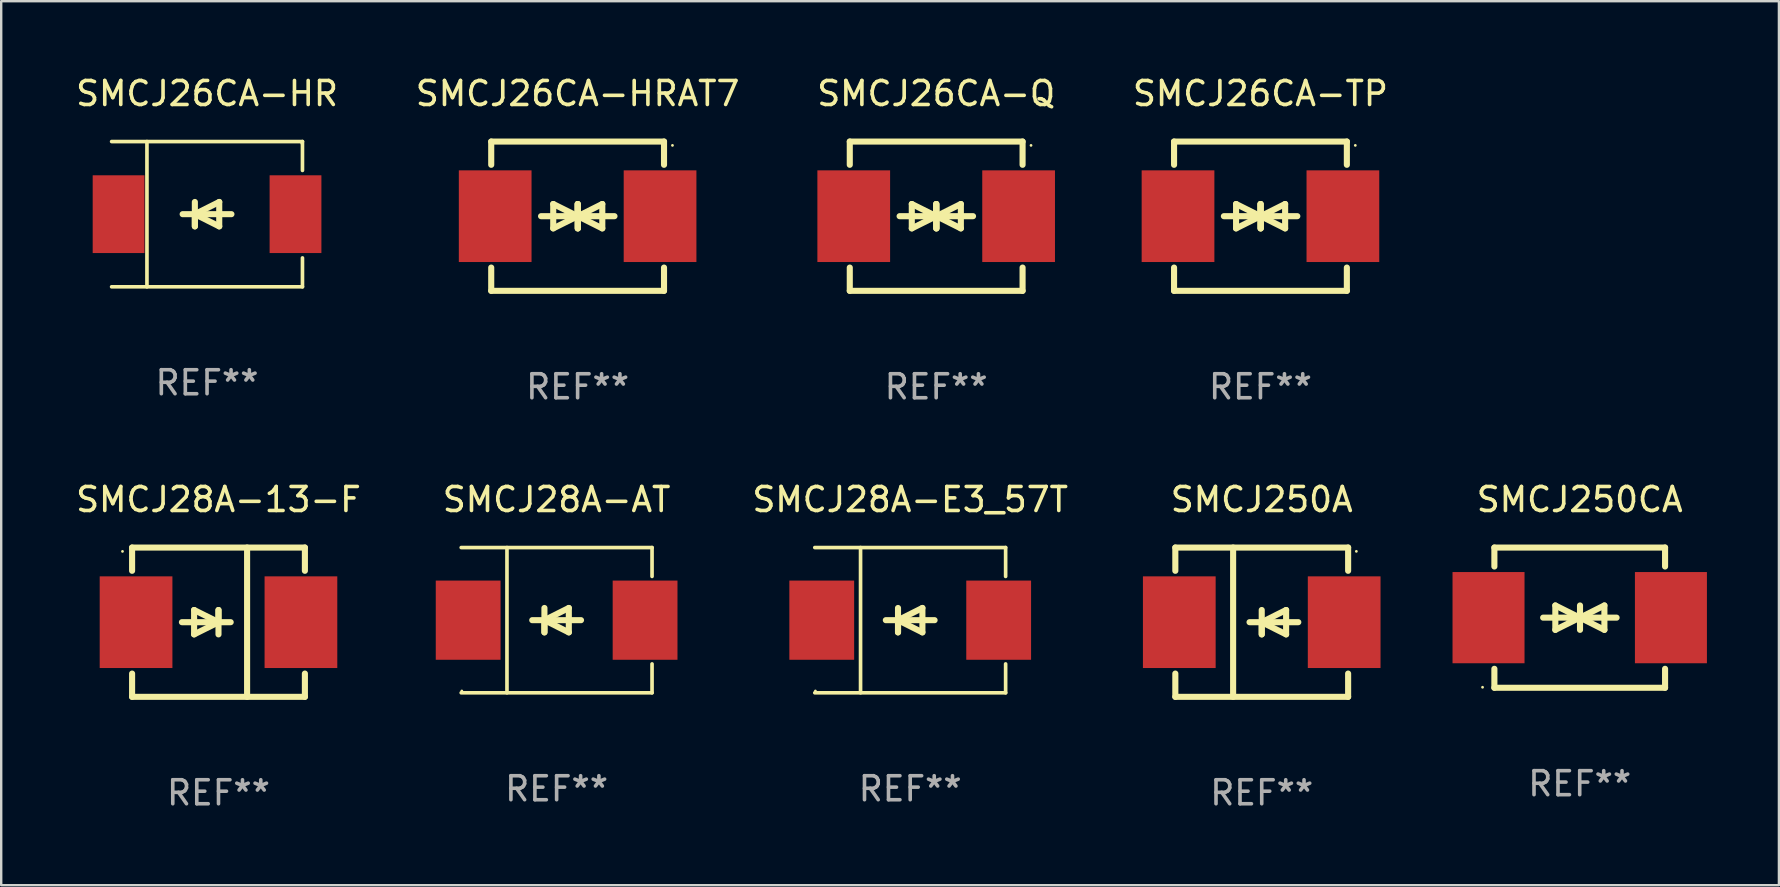
<source format=kicad_pcb>
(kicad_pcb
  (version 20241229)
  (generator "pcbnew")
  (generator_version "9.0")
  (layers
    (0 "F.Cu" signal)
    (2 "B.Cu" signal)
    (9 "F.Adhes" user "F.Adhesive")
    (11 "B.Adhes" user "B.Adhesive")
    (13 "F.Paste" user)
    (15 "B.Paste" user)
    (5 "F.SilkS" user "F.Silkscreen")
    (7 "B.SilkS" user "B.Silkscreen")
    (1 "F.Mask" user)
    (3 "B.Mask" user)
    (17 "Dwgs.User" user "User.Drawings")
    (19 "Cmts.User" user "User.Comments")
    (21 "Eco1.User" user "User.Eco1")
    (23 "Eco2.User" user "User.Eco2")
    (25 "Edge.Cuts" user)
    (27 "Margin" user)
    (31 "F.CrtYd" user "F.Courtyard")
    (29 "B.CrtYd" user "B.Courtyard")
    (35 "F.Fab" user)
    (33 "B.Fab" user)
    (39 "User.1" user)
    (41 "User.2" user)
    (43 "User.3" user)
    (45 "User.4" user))
  (footprint "SMCJ26CA-HRAT7"
    (layer "F.Cu")
    (at 21.018 5.958)
    (property "Reference" "SMCJ26CA-HRAT7" (at 0 -5.11 0) (layer "F.SilkS") (effects (font (size 1 1) (thickness 0.15))))
    (attr through_hole)
    (fp_line (start -3.6 -2.141) (end -3.6 -3.11) (stroke (width 0.254) (type solid)) (layer "F.SilkS"))
    (fp_line (start -3.6 3.11) (end -3.6 2.141) (stroke (width 0.254) (type solid)) (layer "F.SilkS"))
    (fp_line (start -1.524 0) (end 0.508 0) (stroke (width 0.254) (type solid)) (layer "F.SilkS"))
    (fp_line (start -1.016 -0.508) (end -1.016 0.508) (stroke (width 0.254) (type solid)) (layer "F.SilkS"))
    (fp_line (start -1.016 0.508) (end 0 0) (stroke (width 0.254) (type solid)) (layer "F.SilkS"))
    (fp_line (start 0 -0.508) (end 0 0.508) (stroke (width 0.254) (type solid)) (layer "F.SilkS"))
    (fp_line (start 0 0) (end -1.016 -0.508) (stroke (width 0.254) (type solid)) (layer "F.SilkS"))
    (fp_line (start 0 0) (end 0 -0.508) (stroke (width 0.254) (type solid)) (layer "F.SilkS"))
    (fp_line (start 0.012 0) (end 0.012 0.508) (stroke (width 0.254) (type solid)) (layer "F.SilkS"))
    (fp_line (start 0.012 0) (end 1.028 0.508) (stroke (width 0.254) (type solid)) (layer "F.SilkS"))
    (fp_line (start 0.012 0.508) (end 0.012 -0.508) (stroke (width 0.254) (type solid)) (layer "F.SilkS"))
    (fp_line (start 1.028 -0.508) (end 0.012 0) (stroke (width 0.254) (type solid)) (layer "F.SilkS"))
    (fp_line (start 1.028 0.508) (end 1.028 -0.508) (stroke (width 0.254) (type solid)) (layer "F.SilkS"))
    (fp_line (start 1.536 0) (end -0.496 0) (stroke (width 0.254) (type solid)) (layer "F.SilkS"))
    (fp_line (start 3.6 -3.11) (end -3.6 -3.11) (stroke (width 0.254) (type solid)) (layer "F.SilkS"))
    (fp_line (start 3.6 -2.141) (end 3.6 -3.11) (stroke (width 0.254) (type solid)) (layer "F.SilkS"))
    (fp_line (start 3.6 3.11) (end -3.6 3.11) (stroke (width 0.254) (type solid)) (layer "F.SilkS"))
    (fp_line (start 3.6 3.11) (end 3.6 2.141) (stroke (width 0.254) (type solid)) (layer "F.SilkS"))
    (fp_circle (center 3.952 -2.95) (end 3.982 -2.95) (stroke (width 0.06) (type solid)) (fill no) (layer "F.SilkS"))
    (fp_text user "REF**" (at 0 7.11 0) (layer "F.Fab") (effects (font (size 1 1) (thickness 0.15))))
    (pad "1" smd rect (at 3.435 0) (size 3.03 3.82) (layers "F.Cu" "F.Mask" "F.Paste"))
    (pad "2" smd rect (at -3.435 0) (size 3.03 3.82) (layers "F.Cu" "F.Mask" "F.Paste")))
  (footprint "SMCJ28A-13-F"
    (layer "F.Cu")
    (at 6.054 22.875)
    (property "Reference" "SMCJ28A-13-F" (at 0 -5.11 0) (layer "F.SilkS") (effects (font (size 1 1) (thickness 0.15))))
    (attr through_hole)
    (fp_line (start -3.6 -2.141) (end -3.6 -3.11) (stroke (width 0.254) (type solid)) (layer "F.SilkS"))
    (fp_line (start -3.6 3.11) (end -3.6 2.141) (stroke (width 0.254) (type solid)) (layer "F.SilkS"))
    (fp_line (start -1.524 0) (end 0.508 0) (stroke (width 0.254) (type solid)) (layer "F.SilkS"))
    (fp_line (start -1.016 -0.508) (end -1.016 0.508) (stroke (width 0.254) (type solid)) (layer "F.SilkS"))
    (fp_line (start -1.016 0.508) (end 0 0) (stroke (width 0.254) (type solid)) (layer "F.SilkS"))
    (fp_line (start 0 -0.508) (end 0 0.508) (stroke (width 0.254) (type solid)) (layer "F.SilkS"))
    (fp_line (start 0 0) (end -1.016 -0.508) (stroke (width 0.254) (type solid)) (layer "F.SilkS"))
    (fp_line (start 0 0) (end 0 -0.508) (stroke (width 0.254) (type solid)) (layer "F.SilkS"))
    (fp_line (start 1.192 3.11) (end 1.192 -3.11) (stroke (width 0.254) (type solid)) (layer "F.SilkS"))
    (fp_line (start 3.6 -3.11) (end -3.6 -3.11) (stroke (width 0.254) (type solid)) (layer "F.SilkS"))
    (fp_line (start 3.6 -2.141) (end 3.6 -3.11) (stroke (width 0.254) (type solid)) (layer "F.SilkS"))
    (fp_line (start 3.6 3.11) (end -3.6 3.11) (stroke (width 0.254) (type solid)) (layer "F.SilkS"))
    (fp_line (start 3.6 3.11) (end 3.6 2.141) (stroke (width 0.254) (type solid)) (layer "F.SilkS"))
    (fp_circle (center -4 -2.95) (end -3.97 -2.95) (stroke (width 0.06) (type solid)) (fill no) (layer "F.SilkS"))
    (fp_text user "REF**" (at 0 7.11 0) (layer "F.Fab") (effects (font (size 1 1) (thickness 0.15))))
    (pad "1" smd rect (at -3.435 0) (size 3.03 3.82) (layers "F.Cu" "F.Mask" "F.Paste"))
    (pad "2" smd rect (at 3.435 0) (size 3.03 3.82) (layers "F.Cu" "F.Mask" "F.Paste")))
  (footprint "SMCJ250A"
    (layer "F.Cu")
    (at 49.523 22.875)
    (property "Reference" "SMCJ250A" (at 0 -5.11 0) (layer "F.SilkS") (effects (font (size 1 1) (thickness 0.15))))
    (attr through_hole)
    (fp_line (start -3.6 -3.11) (end -3.6 -2.141) (stroke (width 0.254) (type solid)) (layer "F.SilkS"))
    (fp_line (start -3.6 -3.11) (end 3.6 -3.11) (stroke (width 0.254) (type solid)) (layer "F.SilkS"))
    (fp_line (start -3.6 2.141) (end -3.6 3.11) (stroke (width 0.254) (type solid)) (layer "F.SilkS"))
    (fp_line (start -3.6 3.11) (end 3.6 3.11) (stroke (width 0.254) (type solid)) (layer "F.SilkS"))
    (fp_line (start -1.192 -3.11) (end -1.192 3.11) (stroke (width 0.254) (type solid)) (layer "F.SilkS"))
    (fp_line (start 0 0) (end 0 0.508) (stroke (width 0.254) (type solid)) (layer "F.SilkS"))
    (fp_line (start 0 0) (end 1.016 0.508) (stroke (width 0.254) (type solid)) (layer "F.SilkS"))
    (fp_line (start 0 0.508) (end 0 -0.508) (stroke (width 0.254) (type solid)) (layer "F.SilkS"))
    (fp_line (start 1.016 -0.508) (end 0 0) (stroke (width 0.254) (type solid)) (layer "F.SilkS"))
    (fp_line (start 1.016 0.508) (end 1.016 -0.508) (stroke (width 0.254) (type solid)) (layer "F.SilkS"))
    (fp_line (start 1.524 0) (end -0.508 0) (stroke (width 0.254) (type solid)) (layer "F.SilkS"))
    (fp_line (start 3.6 -3.11) (end 3.6 -2.141) (stroke (width 0.254) (type solid)) (layer "F.SilkS"))
    (fp_line (start 3.6 2.141) (end 3.6 3.11) (stroke (width 0.254) (type solid)) (layer "F.SilkS"))
    (fp_circle (center 3.943 -2.952) (end 3.973 -2.952) (stroke (width 0.06) (type solid)) (fill no) (layer "F.SilkS"))
    (fp_text user "REF**" (at 0 7.11 0) (layer "F.Fab") (effects (font (size 1 1) (thickness 0.15))))
    (pad "1" smd rect (at 3.435 0 180) (size 3.03 3.82) (layers "F.Cu" "F.Mask" "F.Paste"))
    (pad "2" smd rect (at -3.435 0 180) (size 3.03 3.82) (layers "F.Cu" "F.Mask" "F.Paste")))
  (footprint "SMCJ28A-AT"
    (layer "F.Cu")
    (at 20.143 22.791)
    (property "Reference" "SMCJ28A-AT" (at 0 -5.026 0) (layer "F.SilkS") (effects (font (size 1 1) (thickness 0.15))))
    (attr through_hole)
    (fp_line (start -3.976 -3.026) (end 3.976 -3.026) (stroke (width 0.152) (type solid)) (layer "F.SilkS"))
    (fp_line (start -3.976 3.026) (end 3.976 3.026) (stroke (width 0.152) (type solid)) (layer "F.SilkS"))
    (fp_line (start -2.069 -3.026) (end -2.069 3.026) (stroke (width 0.152) (type solid)) (layer "F.SilkS"))
    (fp_line (start -0.508 0) (end -0.508 0.508) (stroke (width 0.254) (type solid)) (layer "F.SilkS"))
    (fp_line (start -0.508 0) (end 0.508 0.508) (stroke (width 0.254) (type solid)) (layer "F.SilkS"))
    (fp_line (start -0.508 0.508) (end -0.508 -0.508) (stroke (width 0.254) (type solid)) (layer "F.SilkS"))
    (fp_line (start 0.508 -0.508) (end -0.508 0) (stroke (width 0.254) (type solid)) (layer "F.SilkS"))
    (fp_line (start 0.508 0.508) (end 0.508 -0.508) (stroke (width 0.254) (type solid)) (layer "F.SilkS"))
    (fp_line (start 1.016 0) (end -1.016 0) (stroke (width 0.254) (type solid)) (layer "F.SilkS"))
    (fp_line (start 3.976 -3.026) (end 3.976 -1.823) (stroke (width 0.152) (type solid)) (layer "F.SilkS"))
    (fp_line (start 3.976 3.026) (end 3.976 1.823) (stroke (width 0.152) (type solid)) (layer "F.SilkS"))
    (fp_circle (center -3.95 2.95) (end -3.92 2.95) (stroke (width 0.06) (type solid)) (fill no) (layer "F.SilkS"))
    (fp_text user "REF**" (at 0 7.026 0) (layer "F.Fab") (effects (font (size 1 1) (thickness 0.15))))
    (pad "1" smd rect (at -3.686 0) (size 2.7 3.3) (layers "F.Cu" "F.Mask" "F.Paste"))
    (pad "2" smd rect (at 3.686 0) (size 2.7 3.3) (layers "F.Cu" "F.Mask" "F.Paste")))
  (footprint "SMCJ250CA"
    (layer "F.Cu")
    (at 62.773 22.686)
    (property "Reference" "SMCJ250CA" (at 0 -4.921 0) (layer "F.SilkS") (effects (font (size 1 1) (thickness 0.15))))
    (attr through_hole)
    (fp_line (start -3.556 -2.921) (end -3.556 -2.131) (stroke (width 0.254) (type solid)) (layer "F.SilkS"))
    (fp_line (start -3.556 2.131) (end -3.556 2.921) (stroke (width 0.254) (type solid)) (layer "F.SilkS"))
    (fp_line (start -3.556 2.921) (end 3.556 2.921) (stroke (width 0.254) (type solid)) (layer "F.SilkS"))
    (fp_line (start -1.524 0) (end 0.508 0) (stroke (width 0.254) (type solid)) (layer "F.SilkS"))
    (fp_line (start -1.016 -0.508) (end -1.016 0.508) (stroke (width 0.254) (type solid)) (layer "F.SilkS"))
    (fp_line (start -1.016 0.508) (end 0 0) (stroke (width 0.254) (type solid)) (layer "F.SilkS"))
    (fp_line (start 0 0) (end -1.016 -0.508) (stroke (width 0.254) (type solid)) (layer "F.SilkS"))
    (fp_line (start 0.012 0) (end 1.028 0.508) (stroke (width 0.254) (type solid)) (layer "F.SilkS"))
    (fp_line (start 0.012 0.508) (end 0.012 -0.508) (stroke (width 0.254) (type solid)) (layer "F.SilkS"))
    (fp_line (start 1.028 -0.508) (end 0.012 0) (stroke (width 0.254) (type solid)) (layer "F.SilkS"))
    (fp_line (start 1.028 0.508) (end 1.028 -0.508) (stroke (width 0.254) (type solid)) (layer "F.SilkS"))
    (fp_line (start 1.536 0) (end -0.496 0) (stroke (width 0.254) (type solid)) (layer "F.SilkS"))
    (fp_line (start 3.556 -2.921) (end -3.556 -2.921) (stroke (width 0.254) (type solid)) (layer "F.SilkS"))
    (fp_line (start 3.556 -2.131) (end 3.556 -2.921) (stroke (width 0.254) (type solid)) (layer "F.SilkS"))
    (fp_line (start 3.556 2.921) (end 3.556 2.131) (stroke (width 0.254) (type solid)) (layer "F.SilkS"))
    (fp_circle (center -4.049 2.9) (end -4.019 2.9) (stroke (width 0.06) (type solid)) (fill no) (layer "F.SilkS"))
    (fp_text user "REF**" (at 0 6.921 0) (layer "F.Fab") (effects (font (size 1 1) (thickness 0.15))))
    (pad "1" smd rect (at -3.8 0) (size 3 3.8) (layers "F.Cu" "F.Mask" "F.Paste"))
    (pad "2" smd rect (at 3.8 0) (size 3 3.8) (layers "F.Cu" "F.Mask" "F.Paste")))
  (footprint "SMCJ26CA-Q"
    (layer "F.Cu")
    (at 35.958 5.958)
    (property "Reference" "SMCJ26CA-Q" (at 0 -5.11 0) (layer "F.SilkS") (effects (font (size 1 1) (thickness 0.15))))
    (attr through_hole)
    (fp_line (start -3.6 -2.141) (end -3.6 -3.11) (stroke (width 0.254) (type solid)) (layer "F.SilkS"))
    (fp_line (start -3.6 3.11) (end -3.6 2.141) (stroke (width 0.254) (type solid)) (layer "F.SilkS"))
    (fp_line (start -1.524 0) (end 0.508 0) (stroke (width 0.254) (type solid)) (layer "F.SilkS"))
    (fp_line (start -1.016 -0.508) (end -1.016 0.508) (stroke (width 0.254) (type solid)) (layer "F.SilkS"))
    (fp_line (start -1.016 0.508) (end 0 0) (stroke (width 0.254) (type solid)) (layer "F.SilkS"))
    (fp_line (start 0 -0.508) (end 0 0.508) (stroke (width 0.254) (type solid)) (layer "F.SilkS"))
    (fp_line (start 0 0) (end -1.016 -0.508) (stroke (width 0.254) (type solid)) (layer "F.SilkS"))
    (fp_line (start 0 0) (end 0 -0.508) (stroke (width 0.254) (type solid)) (layer "F.SilkS"))
    (fp_line (start 0.012 0) (end 0.012 0.508) (stroke (width 0.254) (type solid)) (layer "F.SilkS"))
    (fp_line (start 0.012 0) (end 1.028 0.508) (stroke (width 0.254) (type solid)) (layer "F.SilkS"))
    (fp_line (start 0.012 0.508) (end 0.012 -0.508) (stroke (width 0.254) (type solid)) (layer "F.SilkS"))
    (fp_line (start 1.028 -0.508) (end 0.012 0) (stroke (width 0.254) (type solid)) (layer "F.SilkS"))
    (fp_line (start 1.028 0.508) (end 1.028 -0.508) (stroke (width 0.254) (type solid)) (layer "F.SilkS"))
    (fp_line (start 1.536 0) (end -0.496 0) (stroke (width 0.254) (type solid)) (layer "F.SilkS"))
    (fp_line (start 3.6 -3.11) (end -3.6 -3.11) (stroke (width 0.254) (type solid)) (layer "F.SilkS"))
    (fp_line (start 3.6 -2.141) (end 3.6 -3.11) (stroke (width 0.254) (type solid)) (layer "F.SilkS"))
    (fp_line (start 3.6 3.11) (end -3.6 3.11) (stroke (width 0.254) (type solid)) (layer "F.SilkS"))
    (fp_line (start 3.6 3.11) (end 3.6 2.141) (stroke (width 0.254) (type solid)) (layer "F.SilkS"))
    (fp_circle (center 3.952 -2.95) (end 3.982 -2.95) (stroke (width 0.06) (type solid)) (fill no) (layer "F.SilkS"))
    (fp_text user "REF**" (at 0 7.11 0) (layer "F.Fab") (effects (font (size 1 1) (thickness 0.15))))
    (pad "1" smd rect (at 3.435 0) (size 3.03 3.82) (layers "F.Cu" "F.Mask" "F.Paste"))
    (pad "2" smd rect (at -3.435 0) (size 3.03 3.82) (layers "F.Cu" "F.Mask" "F.Paste")))
  (footprint "SMCJ26CA-HR"
    (layer "F.Cu")
    (at 5.577 5.874)
    (property "Reference" "SMCJ26CA-HR" (at 0 -5.026 0) (layer "F.SilkS") (effects (font (size 1 1) (thickness 0.15))))
    (attr through_hole)
    (fp_line (start -3.976 -3.026) (end 3.976 -3.026) (stroke (width 0.152) (type solid)) (layer "F.SilkS"))
    (fp_line (start -3.976 3.026) (end 3.976 3.026) (stroke (width 0.152) (type solid)) (layer "F.SilkS"))
    (fp_line (start -2.504 -3.026) (end -2.504 3.026) (stroke (width 0.152) (type solid)) (layer "F.SilkS"))
    (fp_line (start -0.508 0) (end -0.508 0.508) (stroke (width 0.254) (type solid)) (layer "F.SilkS"))
    (fp_line (start -0.508 0) (end 0.508 0.508) (stroke (width 0.254) (type solid)) (layer "F.SilkS"))
    (fp_line (start -0.508 0.508) (end -0.508 -0.508) (stroke (width 0.254) (type solid)) (layer "F.SilkS"))
    (fp_line (start 0.508 -0.508) (end -0.508 0) (stroke (width 0.254) (type solid)) (layer "F.SilkS"))
    (fp_line (start 0.508 0.508) (end 0.508 -0.508) (stroke (width 0.254) (type solid)) (layer "F.SilkS"))
    (fp_line (start 1.016 0) (end -1.016 0) (stroke (width 0.254) (type solid)) (layer "F.SilkS"))
    (fp_line (start 3.976 -3.026) (end 3.976 -1.823) (stroke (width 0.152) (type solid)) (layer "F.SilkS"))
    (fp_line (start 3.976 3.026) (end 3.976 1.823) (stroke (width 0.152) (type solid)) (layer "F.SilkS"))
    (fp_circle (center 3.95 -2.95) (end 3.98 -2.95) (stroke (width 0.06) (type solid)) (fill no) (layer "F.SilkS"))
    (fp_text user "REF**" (at 0 7.026 0) (layer "F.Fab") (effects (font (size 1 1) (thickness 0.15))))
    (pad "1" smd rect (at 3.686 0 180) (size 2.158 3.24) (layers "F.Cu" "F.Mask" "F.Paste"))
    (pad "2" smd rect (at -3.686 0 180) (size 2.158 3.24) (layers "F.Cu" "F.Mask" "F.Paste")))
  (footprint "SMCJ26CA-TP"
    (layer "F.Cu")
    (at 49.47 5.958)
    (property "Reference" "SMCJ26CA-TP" (at 0 -5.11 0) (layer "F.SilkS") (effects (font (size 1 1) (thickness 0.15))))
    (attr through_hole)
    (fp_line (start -3.6 -2.141) (end -3.6 -3.11) (stroke (width 0.254) (type solid)) (layer "F.SilkS"))
    (fp_line (start -3.6 3.11) (end -3.6 2.141) (stroke (width 0.254) (type solid)) (layer "F.SilkS"))
    (fp_line (start -1.524 0) (end 0.508 0) (stroke (width 0.254) (type solid)) (layer "F.SilkS"))
    (fp_line (start -1.016 -0.508) (end -1.016 0.508) (stroke (width 0.254) (type solid)) (layer "F.SilkS"))
    (fp_line (start -1.016 0.508) (end 0 0) (stroke (width 0.254) (type solid)) (layer "F.SilkS"))
    (fp_line (start 0 -0.508) (end 0 0.508) (stroke (width 0.254) (type solid)) (layer "F.SilkS"))
    (fp_line (start 0 0) (end -1.016 -0.508) (stroke (width 0.254) (type solid)) (layer "F.SilkS"))
    (fp_line (start 0 0) (end 0 -0.508) (stroke (width 0.254) (type solid)) (layer "F.SilkS"))
    (fp_line (start 0.012 0) (end 0.012 0.508) (stroke (width 0.254) (type solid)) (layer "F.SilkS"))
    (fp_line (start 0.012 0) (end 1.028 0.508) (stroke (width 0.254) (type solid)) (layer "F.SilkS"))
    (fp_line (start 0.012 0.508) (end 0.012 -0.508) (stroke (width 0.254) (type solid)) (layer "F.SilkS"))
    (fp_line (start 1.028 -0.508) (end 0.012 0) (stroke (width 0.254) (type solid)) (layer "F.SilkS"))
    (fp_line (start 1.028 0.508) (end 1.028 -0.508) (stroke (width 0.254) (type solid)) (layer "F.SilkS"))
    (fp_line (start 1.536 0) (end -0.496 0) (stroke (width 0.254) (type solid)) (layer "F.SilkS"))
    (fp_line (start 3.6 -3.11) (end -3.6 -3.11) (stroke (width 0.254) (type solid)) (layer "F.SilkS"))
    (fp_line (start 3.6 -2.141) (end 3.6 -3.11) (stroke (width 0.254) (type solid)) (layer "F.SilkS"))
    (fp_line (start 3.6 3.11) (end -3.6 3.11) (stroke (width 0.254) (type solid)) (layer "F.SilkS"))
    (fp_line (start 3.6 3.11) (end 3.6 2.141) (stroke (width 0.254) (type solid)) (layer "F.SilkS"))
    (fp_circle (center 3.952 -2.95) (end 3.982 -2.95) (stroke (width 0.06) (type solid)) (fill no) (layer "F.SilkS"))
    (fp_text user "REF**" (at 0 7.11 0) (layer "F.Fab") (effects (font (size 1 1) (thickness 0.15))))
    (pad "1" smd rect (at 3.435 0) (size 3.03 3.82) (layers "F.Cu" "F.Mask" "F.Paste"))
    (pad "2" smd rect (at -3.435 0) (size 3.03 3.82) (layers "F.Cu" "F.Mask" "F.Paste")))
  (footprint "SMCJ28A-E3_57T"
    (layer "F.Cu")
    (at 34.876 22.791)
    (property "Reference" "SMCJ28A-E3_57T" (at 0 -5.026 0) (layer "F.SilkS") (effects (font (size 1 1) (thickness 0.15))))
    (attr through_hole)
    (fp_line (start -3.976 -3.026) (end 3.976 -3.026) (stroke (width 0.152) (type solid)) (layer "F.SilkS"))
    (fp_line (start -3.976 3.026) (end 3.976 3.026) (stroke (width 0.152) (type solid)) (layer "F.SilkS"))
    (fp_line (start -2.069 -3.026) (end -2.069 3.026) (stroke (width 0.152) (type solid)) (layer "F.SilkS"))
    (fp_line (start -0.508 0) (end -0.508 0.508) (stroke (width 0.254) (type solid)) (layer "F.SilkS"))
    (fp_line (start -0.508 0) (end 0.508 0.508) (stroke (width 0.254) (type solid)) (layer "F.SilkS"))
    (fp_line (start -0.508 0.508) (end -0.508 -0.508) (stroke (width 0.254) (type solid)) (layer "F.SilkS"))
    (fp_line (start 0.508 -0.508) (end -0.508 0) (stroke (width 0.254) (type solid)) (layer "F.SilkS"))
    (fp_line (start 0.508 0.508) (end 0.508 -0.508) (stroke (width 0.254) (type solid)) (layer "F.SilkS"))
    (fp_line (start 1.016 0) (end -1.016 0) (stroke (width 0.254) (type solid)) (layer "F.SilkS"))
    (fp_line (start 3.976 -3.026) (end 3.976 -1.823) (stroke (width 0.152) (type solid)) (layer "F.SilkS"))
    (fp_line (start 3.976 3.026) (end 3.976 1.823) (stroke (width 0.152) (type solid)) (layer "F.SilkS"))
    (fp_circle (center -3.95 2.95) (end -3.92 2.95) (stroke (width 0.06) (type solid)) (fill no) (layer "F.SilkS"))
    (fp_text user "REF**" (at 0 7.026 0) (layer "F.Fab") (effects (font (size 1 1) (thickness 0.15))))
    (pad "1" smd rect (at -3.686 0) (size 2.7 3.3) (layers "F.Cu" "F.Mask" "F.Paste"))
    (pad "2" smd rect (at 3.686 0) (size 2.7 3.3) (layers "F.Cu" "F.Mask" "F.Paste")))
  (gr_rect
    (start -3 -3)
    (end 71.073 33.833)
    (stroke (width 0.1) (type default))
    (fill no)
    (layer "Edge.Cuts")))
</source>
